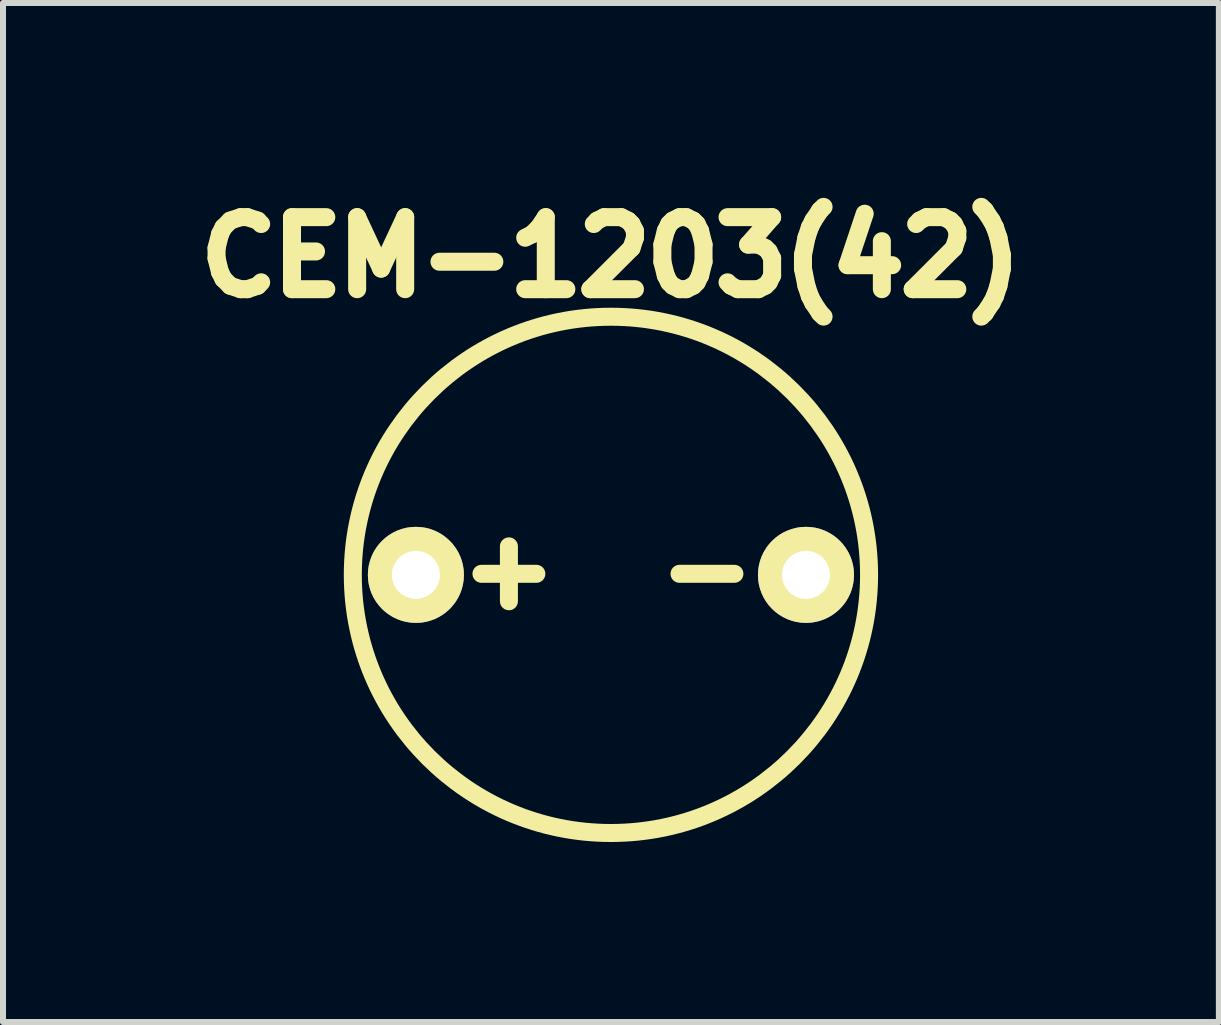
<source format=kicad_pcb>
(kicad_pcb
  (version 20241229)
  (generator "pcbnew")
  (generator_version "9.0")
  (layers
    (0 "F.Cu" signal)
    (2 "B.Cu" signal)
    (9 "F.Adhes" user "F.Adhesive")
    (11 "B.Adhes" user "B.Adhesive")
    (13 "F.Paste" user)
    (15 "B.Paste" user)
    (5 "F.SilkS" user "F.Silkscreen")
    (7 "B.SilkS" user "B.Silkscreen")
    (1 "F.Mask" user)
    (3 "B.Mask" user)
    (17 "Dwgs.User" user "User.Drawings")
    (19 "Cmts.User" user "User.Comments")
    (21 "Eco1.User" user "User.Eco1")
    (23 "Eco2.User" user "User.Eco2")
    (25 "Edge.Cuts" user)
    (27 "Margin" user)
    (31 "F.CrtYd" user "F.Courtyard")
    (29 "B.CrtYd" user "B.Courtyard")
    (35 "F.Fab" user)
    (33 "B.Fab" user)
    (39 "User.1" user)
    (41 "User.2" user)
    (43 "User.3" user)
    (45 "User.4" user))
  (footprint "CEM-1203(42)"
    (layer "F.Cu")
    (at 7.13 6.529)
    (property "Reference" "CEM-1203(42)" (at 0 -5.3 0) (layer "F.SilkS") (effects (font (size 1.2 1.2) (thickness 0.3))))
    (attr through_hole)
    (fp_circle (center 0 0) (end 4.3 -0.1) (stroke (width 0.3) (type solid)) (fill no) (layer "F.SilkS"))
    (fp_text user "+" (at -1.7 -0.1 0) (layer "F.SilkS") (effects (font (size 1.2 1.2) (thickness 0.3))))
    (fp_text user "-" (at 1.6 -0.1 0) (layer "F.SilkS") (effects (font (size 1.2 1.2) (thickness 0.3))))
    (pad "1" thru_hole circle (at -3.25 0) (size 1.6 1.6) (drill 0.8) (layers "*.Cu" "*.Mask" "F.SilkS"))
    (pad "2" thru_hole circle (at 3.25 0) (size 1.6 1.6) (drill 0.8) (layers "*.Cu" "*.Mask" "F.SilkS")))
  (gr_rect
    (start -3 -3)
    (end 17.26 13.98)
    (stroke (width 0.1) (type default))
    (fill no)
    (layer "Edge.Cuts")))
</source>
